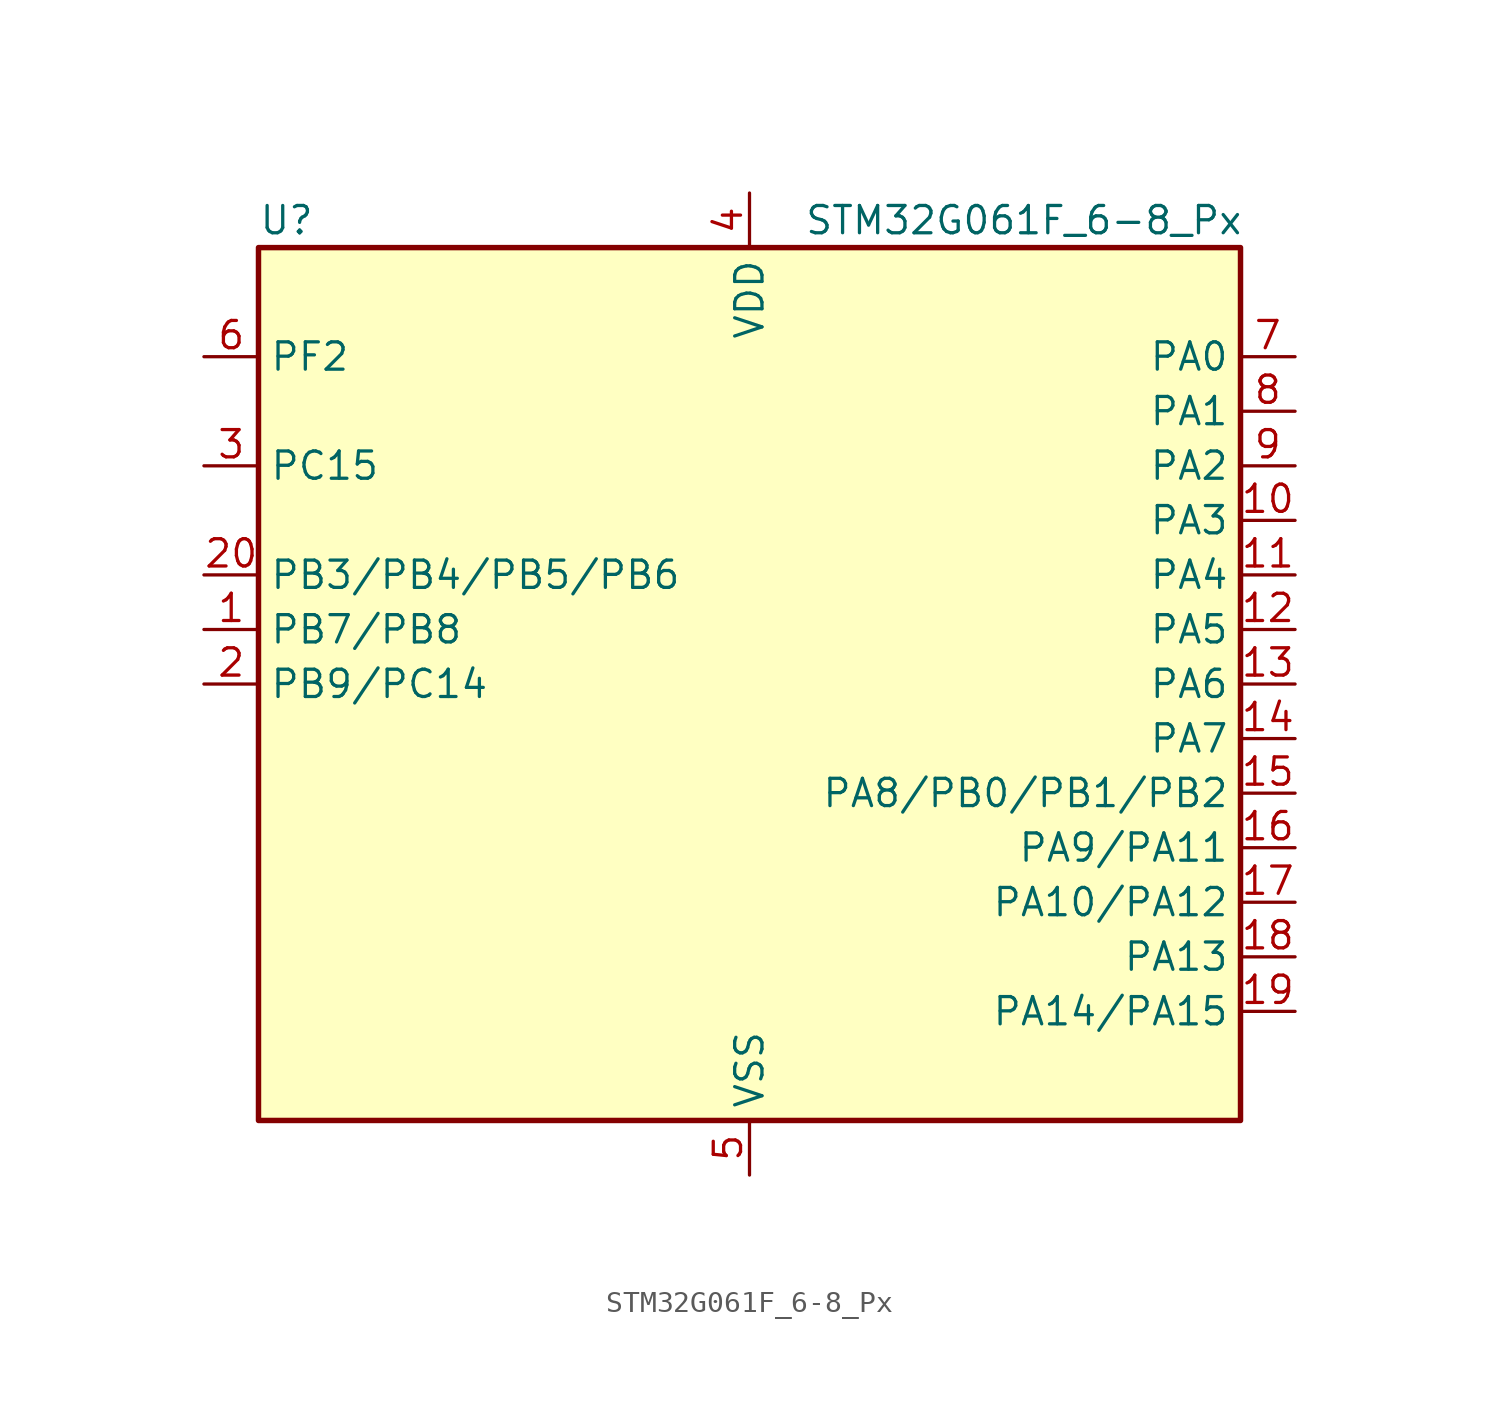
<source format=kicad_sym>
(kicad_symbol_lib
  (version 20241209)
  (generator "kicad_symbol_editor")
  (generator_version "9.0")
  (symbol "STM32G061F_6-8_Px"
    (property "Reference" "U"
      (at -22.86 21.59 0)
      (effects (font (size 1.27 1.27)) (justify left)))
    (property "Value" "STM32G061F_6-8_Px"
      (at 2.54 21.59 0)
      (effects (font (size 1.27 1.27)) (justify left)))
    (symbol "STM32G061F_6-8_Px_0_1"
      (rectangle (start -22.86 -20.32) (end 22.86 20.32) (stroke (width 0.254) (type default)) (fill (type background))))
    (symbol "STM32G061F_6-8_Px_1_1"
      (pin bidirectional line (at -25.4 15.24 0) (length 2.54) (name "PF2" (effects (font (size 1.27 1.27)))) (number "6" (effects (font (size 1.27 1.27)))) (alternate "RCC_MCO" bidirectional line))
      (pin bidirectional line (at -25.4 10.16 0) (length 2.54) (name "PC15" (effects (font (size 1.27 1.27)))) (number "3" (effects (font (size 1.27 1.27)))) (alternate "RCC_OSC32_EN" bidirectional line) (alternate "RCC_OSC32_OUT" bidirectional line) (alternate "RCC_OSC_EN" bidirectional line) (alternate "TIM15_BK" bidirectional line))
      (pin bidirectional line (at -25.4 5.08 0) (length 2.54) (name "PB3/PB4/PB5/PB6" (effects (font (size 1.27 1.27)))) (number "20" (effects (font (size 1.27 1.27)))) (alternate "COMP2_INM (PB3)" bidirectional line) (alternate "COMP2_INP (PB4)" bidirectional line) (alternate "COMP2_INP (PB6)" bidirectional line) (alternate "COMP2_OUT (PB5)" bidirectional line) (alternate "I2C1_SCL (PB6)" bidirectional line) (alternate "I2C1_SMBA (PB5)" bidirectional line) (alternate "I2S1_CK (PB3)" bidirectional line) (alternate "I2S1_MCK (PB4)" bidirectional line) (alternate "I2S1_SD (PB5)" bidirectional line) (alternate "LPTIM1_ETR (PB6)" bidirectional line) (alternate "LPTIM1_IN1 (PB5)" bidirectional line) (alternate "PB3" bidirectional line) (alternate "PB4" bidirectional line) (alternate "PB5" bidirectional line) (alternate "PB6" bidirectional line) (alternate "SPI1_MISO (PB4)" bidirectional line) (alternate "SPI1_MOSI (PB5)" bidirectional line) (alternate "SPI1_SCK (PB3)" bidirectional line) (alternate "SPI2_MISO (PB6)" bidirectional line) (alternate "SYS_WKUP6 (PB5)" bidirectional line) (alternate "TIM16_BK (PB5)" bidirectional line) (alternate "TIM16_CH1N (PB6)" bidirectional line) (alternate "TIM17_BK (PB4)" bidirectional line) (alternate "TIM1_CH2 (PB3)" bidirectional line) (alternate "TIM1_CH3 (PB6)" bidirectional line) (alternate "TIM2_CH2 (PB3)" bidirectional line) (alternate "TIM3_CH1 (PB4)" bidirectional line) (alternate "TIM3_CH2 (PB5)" bidirectional line) (alternate "USART1_CK (PB3)" bidirectional line) (alternate "USART1_CTS (PB4)" bidirectional line) (alternate "USART1_DE (PB3)" bidirectional line) (alternate "USART1_NSS (PB4)" bidirectional line) (alternate "USART1_RTS (PB3)" bidirectional line) (alternate "USART1_TX (PB6)" bidirectional line))
      (pin bidirectional line (at -25.4 2.54 0) (length 2.54) (name "PB7/PB8" (effects (font (size 1.27 1.27)))) (number "1" (effects (font (size 1.27 1.27)))) (alternate "ADC1_IN11 (PB7)" bidirectional line) (alternate "COMP2_INM (PB7)" bidirectional line) (alternate "I2C1_SCL (PB8)" bidirectional line) (alternate "I2C1_SDA (PB7)" bidirectional line) (alternate "LPTIM1_IN2 (PB7)" bidirectional line) (alternate "PB7" bidirectional line) (alternate "PB8" bidirectional line) (alternate "SPI2_MOSI (PB7)" bidirectional line) (alternate "SPI2_SCK (PB8)" bidirectional line) (alternate "SYS_PVD_IN (PB7)" bidirectional line) (alternate "TIM15_BK (PB8)" bidirectional line) (alternate "TIM16_CH1 (PB8)" bidirectional line) (alternate "TIM17_CH1N (PB7)" bidirectional line) (alternate "USART1_RX (PB7)" bidirectional line))
      (pin bidirectional line (at -25.4 0 0) (length 2.54) (name "PB9/PC14" (effects (font (size 1.27 1.27)))) (number "2" (effects (font (size 1.27 1.27)))) (alternate "DAC1_EXTI9 (PB9)" bidirectional line) (alternate "I2C1_SDA (PB9)" bidirectional line) (alternate "IR_OUT (PB9)" bidirectional line) (alternate "PB9" bidirectional line) (alternate "PC14" bidirectional line) (alternate "RCC_OSC32_IN (PC14)" bidirectional line) (alternate "RCC_OSC_IN (PC14)" bidirectional line) (alternate "SPI2_NSS (PB9)" bidirectional line) (alternate "TIM17_CH1 (PB9)" bidirectional line) (alternate "TIM1_BK2 (PC14)" bidirectional line))
      (pin power_in line (at 0 22.86 270) (length 2.54) (name "VDD" (effects (font (size 1.27 1.27)))) (number "4" (effects (font (size 1.27 1.27)))))
      (pin power_in line (at 0 -22.86 90) (length 2.54) (name "VSS" (effects (font (size 1.27 1.27)))) (number "5" (effects (font (size 1.27 1.27)))))
      (pin bidirectional line (at 25.4 15.24 180) (length 2.54) (name "PA0" (effects (font (size 1.27 1.27)))) (number "7" (effects (font (size 1.27 1.27)))) (alternate "ADC1_IN0" bidirectional line) (alternate "COMP1_INM" bidirectional line) (alternate "COMP1_OUT" bidirectional line) (alternate "LPTIM1_OUT" bidirectional line) (alternate "RTC_TAMP_IN2" bidirectional line) (alternate "SPI2_SCK" bidirectional line) (alternate "SYS_WKUP1" bidirectional line) (alternate "TIM2_CH1" bidirectional line) (alternate "TIM2_ETR" bidirectional line) (alternate "USART2_CTS" bidirectional line) (alternate "USART2_NSS" bidirectional line))
      (pin bidirectional line (at 25.4 12.7 180) (length 2.54) (name "PA1" (effects (font (size 1.27 1.27)))) (number "8" (effects (font (size 1.27 1.27)))) (alternate "ADC1_IN1" bidirectional line) (alternate "COMP1_INP" bidirectional line) (alternate "I2C1_SMBA" bidirectional line) (alternate "I2S1_CK" bidirectional line) (alternate "SPI1_SCK" bidirectional line) (alternate "TIM15_CH1N" bidirectional line) (alternate "TIM2_CH2" bidirectional line) (alternate "USART2_CK" bidirectional line) (alternate "USART2_DE" bidirectional line) (alternate "USART2_RTS" bidirectional line))
      (pin bidirectional line (at 25.4 10.16 180) (length 2.54) (name "PA2" (effects (font (size 1.27 1.27)))) (number "9" (effects (font (size 1.27 1.27)))) (alternate "ADC1_IN2" bidirectional line) (alternate "COMP2_INM" bidirectional line) (alternate "COMP2_OUT" bidirectional line) (alternate "I2S1_SD" bidirectional line) (alternate "LPUART1_TX" bidirectional line) (alternate "RCC_LSCO" bidirectional line) (alternate "SPI1_MOSI" bidirectional line) (alternate "SYS_WKUP4" bidirectional line) (alternate "TIM15_CH1" bidirectional line) (alternate "TIM2_CH3" bidirectional line) (alternate "USART2_TX" bidirectional line))
      (pin bidirectional line (at 25.4 7.62 180) (length 2.54) (name "PA3" (effects (font (size 1.27 1.27)))) (number "10" (effects (font (size 1.27 1.27)))) (alternate "ADC1_IN3" bidirectional line) (alternate "COMP2_INP" bidirectional line) (alternate "LPUART1_RX" bidirectional line) (alternate "SPI2_MISO" bidirectional line) (alternate "TIM15_CH2" bidirectional line) (alternate "TIM2_CH4" bidirectional line) (alternate "USART2_RX" bidirectional line))
      (pin bidirectional line (at 25.4 5.08 180) (length 2.54) (name "PA4" (effects (font (size 1.27 1.27)))) (number "11" (effects (font (size 1.27 1.27)))) (alternate "ADC1_IN4" bidirectional line) (alternate "DAC1_OUT1" bidirectional line) (alternate "I2S1_WS" bidirectional line) (alternate "LPTIM2_OUT" bidirectional line) (alternate "RTC_OUT1" bidirectional line) (alternate "RTC_TAMP_IN1" bidirectional line) (alternate "RTC_TS" bidirectional line) (alternate "SPI1_NSS" bidirectional line) (alternate "SPI2_MOSI" bidirectional line) (alternate "SYS_WKUP2" bidirectional line) (alternate "TIM14_CH1" bidirectional line))
      (pin bidirectional line (at 25.4 2.54 180) (length 2.54) (name "PA5" (effects (font (size 1.27 1.27)))) (number "12" (effects (font (size 1.27 1.27)))) (alternate "ADC1_IN5" bidirectional line) (alternate "DAC1_OUT2" bidirectional line) (alternate "I2S1_CK" bidirectional line) (alternate "LPTIM2_ETR" bidirectional line) (alternate "SPI1_SCK" bidirectional line) (alternate "TIM2_CH1" bidirectional line) (alternate "TIM2_ETR" bidirectional line))
      (pin bidirectional line (at 25.4 0 180) (length 2.54) (name "PA6" (effects (font (size 1.27 1.27)))) (number "13" (effects (font (size 1.27 1.27)))) (alternate "ADC1_IN6" bidirectional line) (alternate "COMP1_OUT" bidirectional line) (alternate "I2S1_MCK" bidirectional line) (alternate "LPUART1_CTS" bidirectional line) (alternate "SPI1_MISO" bidirectional line) (alternate "TIM16_CH1" bidirectional line) (alternate "TIM1_BK" bidirectional line) (alternate "TIM3_CH1" bidirectional line))
      (pin bidirectional line (at 25.4 -2.54 180) (length 2.54) (name "PA7" (effects (font (size 1.27 1.27)))) (number "14" (effects (font (size 1.27 1.27)))) (alternate "ADC1_IN7" bidirectional line) (alternate "COMP2_OUT" bidirectional line) (alternate "I2S1_SD" bidirectional line) (alternate "SPI1_MOSI" bidirectional line) (alternate "TIM14_CH1" bidirectional line) (alternate "TIM17_CH1" bidirectional line) (alternate "TIM1_CH1N" bidirectional line) (alternate "TIM3_CH2" bidirectional line))
      (pin bidirectional line (at 25.4 -5.08 180) (length 2.54) (name "PA8/PB0/PB1/PB2" (effects (font (size 1.27 1.27)))) (number "15" (effects (font (size 1.27 1.27)))) (alternate "ADC1_IN10 (PB2)" bidirectional line) (alternate "ADC1_IN8 (PB0)" bidirectional line) (alternate "ADC1_IN9 (PB1)" bidirectional line) (alternate "COMP1_INM (PB1)" bidirectional line) (alternate "COMP1_INP (PB2)" bidirectional line) (alternate "COMP1_OUT (PB0)" bidirectional line) (alternate "I2S1_WS (PB0)" bidirectional line) (alternate "LPTIM1_OUT (PB0)" bidirectional line) (alternate "LPTIM1_OUT (PB2)" bidirectional line) (alternate "LPTIM2_IN1 (PB1)" bidirectional line) (alternate "LPTIM2_OUT (PA8)" bidirectional line) (alternate "LPUART1_DE (PB1)" bidirectional line) (alternate "LPUART1_RTS (PB1)" bidirectional line) (alternate "PA8" bidirectional line) (alternate "PB0" bidirectional line) (alternate "PB1" bidirectional line) (alternate "PB2" bidirectional line) (alternate "RCC_MCO (PA8)" bidirectional line) (alternate "SPI1_NSS (PB0)" bidirectional line) (alternate "SPI2_MISO (PB2)" bidirectional line) (alternate "SPI2_NSS (PA8)" bidirectional line) (alternate "TIM14_CH1 (PB1)" bidirectional line) (alternate "TIM1_CH1 (PA8)" bidirectional line) (alternate "TIM1_CH2N (PB0)" bidirectional line) (alternate "TIM1_CH3N (PB1)" bidirectional line) (alternate "TIM3_CH3 (PB0)" bidirectional line) (alternate "TIM3_CH4 (PB1)" bidirectional line))
      (pin bidirectional line (at 25.4 -7.62 180) (length 2.54) (name "PA9/PA11" (effects (font (size 1.27 1.27)))) (number "16" (effects (font (size 1.27 1.27)))) (alternate "ADC1_EXTI11 (PA11)" bidirectional line) (alternate "ADC1_IN15 (PA11)" bidirectional line) (alternate "COMP1_OUT (PA11)" bidirectional line) (alternate "DAC1_EXTI9 (PA9)" bidirectional line) (alternate "I2C1_SCL (PA9)" bidirectional line) (alternate "I2C2_SCL (PA11)" bidirectional line) (alternate "I2S1_MCK (PA11)" bidirectional line) (alternate "PA11" bidirectional line) (alternate "PA9" bidirectional line) (alternate "RCC_MCO (PA9)" bidirectional line) (alternate "SPI1_MISO (PA11)" bidirectional line) (alternate "SPI2_MISO (PA9)" bidirectional line) (alternate "TIM15_BK (PA9)" bidirectional line) (alternate "TIM1_BK2 (PA11)" bidirectional line) (alternate "TIM1_CH2 (PA9)" bidirectional line) (alternate "TIM1_CH4 (PA11)" bidirectional line) (alternate "USART1_CTS (PA11)" bidirectional line) (alternate "USART1_NSS (PA11)" bidirectional line) (alternate "USART1_TX (PA9)" bidirectional line))
      (pin bidirectional line (at 25.4 -10.16 180) (length 2.54) (name "PA10/PA12" (effects (font (size 1.27 1.27)))) (number "17" (effects (font (size 1.27 1.27)))) (alternate "ADC1_IN16 (PA12)" bidirectional line) (alternate "COMP2_OUT (PA12)" bidirectional line) (alternate "I2C1_SDA (PA10)" bidirectional line) (alternate "I2C2_SDA (PA12)" bidirectional line) (alternate "I2S1_SD (PA12)" bidirectional line) (alternate "I2S_CKIN (PA12)" bidirectional line) (alternate "PA10" bidirectional line) (alternate "PA12" bidirectional line) (alternate "SPI1_MOSI (PA12)" bidirectional line) (alternate "SPI2_MOSI (PA10)" bidirectional line) (alternate "TIM17_BK (PA10)" bidirectional line) (alternate "TIM1_CH3 (PA10)" bidirectional line) (alternate "TIM1_ETR (PA12)" bidirectional line) (alternate "USART1_CK (PA12)" bidirectional line) (alternate "USART1_DE (PA12)" bidirectional line) (alternate "USART1_RTS (PA12)" bidirectional line) (alternate "USART1_RX (PA10)" bidirectional line))
      (pin bidirectional line (at 25.4 -12.7 180) (length 2.54) (name "PA13" (effects (font (size 1.27 1.27)))) (number "18" (effects (font (size 1.27 1.27)))) (alternate "ADC1_IN17" bidirectional line) (alternate "IR_OUT" bidirectional line) (alternate "SYS_SWDIO" bidirectional line))
      (pin bidirectional line (at 25.4 -15.24 180) (length 2.54) (name "PA14/PA15" (effects (font (size 1.27 1.27)))) (number "19" (effects (font (size 1.27 1.27)))) (alternate "ADC1_IN18 (PA14)" bidirectional line) (alternate "I2S1_WS (PA15)" bidirectional line) (alternate "PA14" bidirectional line) (alternate "PA15" bidirectional line) (alternate "SPI1_NSS (PA15)" bidirectional line) (alternate "SYS_SWCLK (PA14)" bidirectional line) (alternate "TIM2_CH1 (PA15)" bidirectional line) (alternate "TIM2_ETR (PA15)" bidirectional line) (alternate "USART2_RX (PA15)" bidirectional line) (alternate "USART2_TX (PA14)" bidirectional line)))))
</source>
